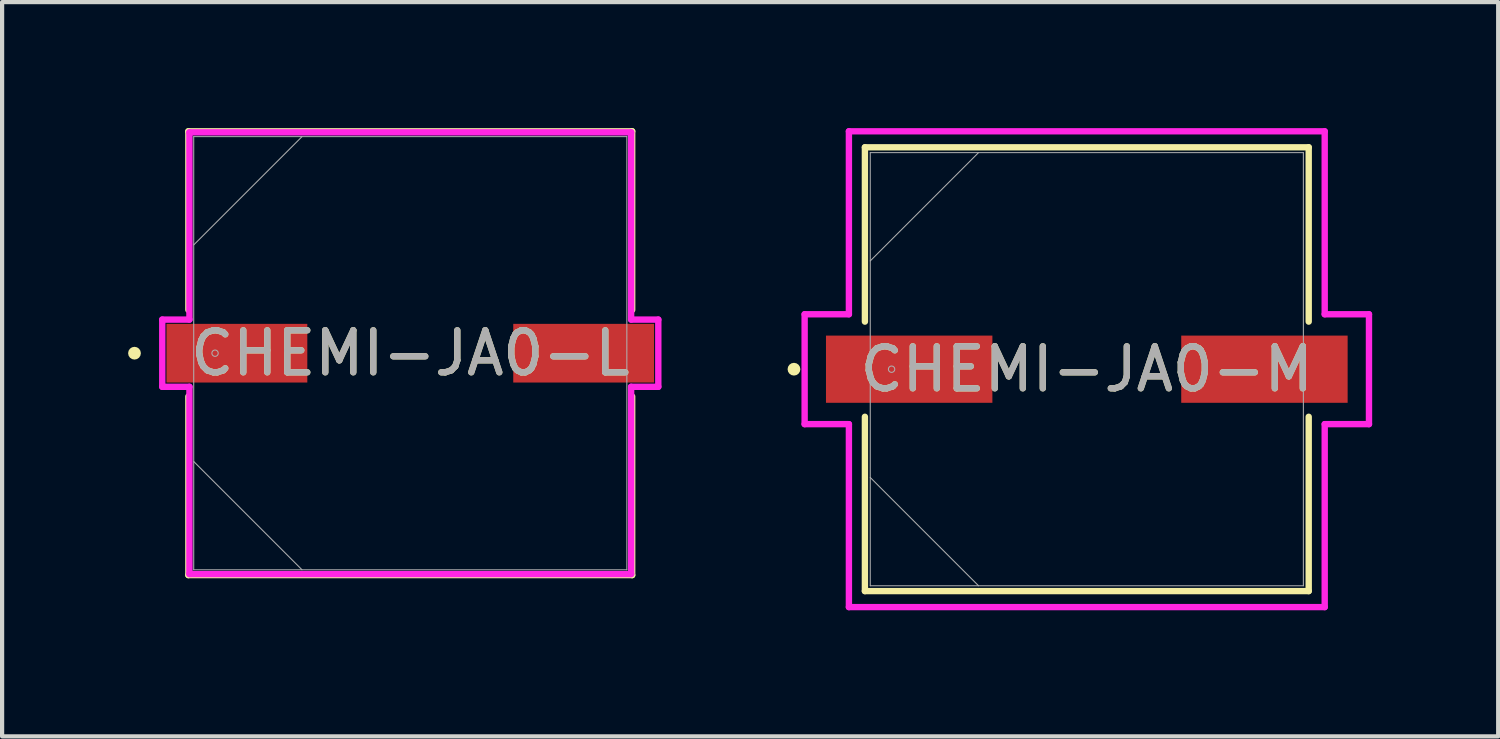
<source format=kicad_pcb>
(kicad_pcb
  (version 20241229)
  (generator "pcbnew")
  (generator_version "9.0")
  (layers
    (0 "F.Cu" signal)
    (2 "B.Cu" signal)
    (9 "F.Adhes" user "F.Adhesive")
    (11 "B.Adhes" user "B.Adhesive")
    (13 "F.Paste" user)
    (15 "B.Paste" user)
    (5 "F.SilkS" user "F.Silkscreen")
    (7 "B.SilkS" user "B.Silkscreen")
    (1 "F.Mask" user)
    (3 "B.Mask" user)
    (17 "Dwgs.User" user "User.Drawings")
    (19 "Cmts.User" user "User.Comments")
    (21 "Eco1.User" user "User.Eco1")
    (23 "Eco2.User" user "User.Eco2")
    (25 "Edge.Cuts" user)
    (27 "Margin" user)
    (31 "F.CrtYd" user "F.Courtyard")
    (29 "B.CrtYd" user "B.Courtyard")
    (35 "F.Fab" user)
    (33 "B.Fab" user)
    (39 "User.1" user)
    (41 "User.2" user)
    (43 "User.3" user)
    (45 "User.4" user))
  (footprint "CHEMI-JA0-L"
    (layer "F.Cu")
    (at 6.718 5.359)
    (property "Reference" "CHEMI-JA0-L" (at 0 0 0) (unlocked yes) (layer "F.SilkS") (effects (font (size 1 1) (thickness 0.15))))
    (attr smd)
    (fp_line (start -5.283 -5.283) (end -5.283 -1.031) (stroke (width 0.152) (type solid)) (layer "F.SilkS"))
    (fp_line (start -5.283 1.031) (end -5.283 5.283) (stroke (width 0.152) (type solid)) (layer "F.SilkS"))
    (fp_line (start -5.283 5.283) (end 5.283 5.283) (stroke (width 0.152) (type solid)) (layer "F.SilkS"))
    (fp_line (start 5.283 -5.283) (end -5.283 -5.283) (stroke (width 0.152) (type solid)) (layer "F.SilkS"))
    (fp_line (start 5.283 -1.031) (end 5.283 -5.283) (stroke (width 0.152) (type solid)) (layer "F.SilkS"))
    (fp_line (start 5.283 5.283) (end 5.283 1.031) (stroke (width 0.152) (type solid)) (layer "F.SilkS"))
    (fp_circle (center -6.566 0) (end -6.49 0) (stroke (width 0.152) (type solid)) (fill no) (layer "F.SilkS"))
    (fp_line (start -5.905 -0.8) (end -5.258 -0.8) (stroke (width 0.152) (type solid)) (layer "F.CrtYd"))
    (fp_line (start -5.905 0.8) (end -5.905 -0.8) (stroke (width 0.152) (type solid)) (layer "F.CrtYd"))
    (fp_line (start -5.258 -5.258) (end 5.258 -5.258) (stroke (width 0.152) (type solid)) (layer "F.CrtYd"))
    (fp_line (start -5.258 -0.8) (end -5.258 -5.258) (stroke (width 0.152) (type solid)) (layer "F.CrtYd"))
    (fp_line (start -5.258 0.8) (end -5.905 0.8) (stroke (width 0.152) (type solid)) (layer "F.CrtYd"))
    (fp_line (start -5.258 5.258) (end -5.258 0.8) (stroke (width 0.152) (type solid)) (layer "F.CrtYd"))
    (fp_line (start 5.258 -5.258) (end 5.258 -0.8) (stroke (width 0.152) (type solid)) (layer "F.CrtYd"))
    (fp_line (start 5.258 -0.8) (end 5.905 -0.8) (stroke (width 0.152) (type solid)) (layer "F.CrtYd"))
    (fp_line (start 5.258 0.8) (end 5.258 5.258) (stroke (width 0.152) (type solid)) (layer "F.CrtYd"))
    (fp_line (start 5.258 5.258) (end -5.258 5.258) (stroke (width 0.152) (type solid)) (layer "F.CrtYd"))
    (fp_line (start 5.905 -0.8) (end 5.905 0.8) (stroke (width 0.152) (type solid)) (layer "F.CrtYd"))
    (fp_line (start 5.905 0.8) (end 5.258 0.8) (stroke (width 0.152) (type solid)) (layer "F.CrtYd"))
    (fp_line (start -5.156 -5.156) (end -5.156 5.156) (stroke (width 0.025) (type solid)) (layer "F.Fab"))
    (fp_line (start -5.156 -2.578) (end -2.578 -5.156) (stroke (width 0.025) (type solid)) (layer "F.Fab"))
    (fp_line (start -5.156 2.578) (end -2.578 5.156) (stroke (width 0.025) (type solid)) (layer "F.Fab"))
    (fp_line (start -5.156 5.156) (end 5.156 5.156) (stroke (width 0.025) (type solid)) (layer "F.Fab"))
    (fp_line (start 5.156 -5.156) (end -5.156 -5.156) (stroke (width 0.025) (type solid)) (layer "F.Fab"))
    (fp_line (start 5.156 5.156) (end 5.156 -5.156) (stroke (width 0.025) (type solid)) (layer "F.Fab"))
    (fp_circle (center -4.648 0) (end -4.572 0) (stroke (width 0.025) (type solid)) (fill no) (layer "F.Fab"))
    (fp_text user "${REFERENCE}" (at 0 0 0) (unlocked yes) (layer "F.Fab") (effects (font (size 1 1) (thickness 0.15))))
    (pad "1" smd rect (at -4.128 0) (size 3.353 1.397) (layers "F.Cu" "F.Mask" "F.Paste"))
    (pad "2" smd rect (at 4.128 0) (size 3.353 1.397) (layers "F.Cu" "F.Mask" "F.Paste"))
    (zone (net_name "") (layer "F.Cu") (hatch full 0.508) (connect_pads) (min_thickness 0.254) (filled_areas_thickness no) (keepout (tracks not_allowed) (vias not_allowed) (pads allowed) (copperpour not_allowed) (footprints allowed)) (placement (enabled no)) (fill) (polygon (pts (xy 1.613 0.254) (xy 11.824 0.254) (xy 11.824 4.61) (xy 1.613 4.61))))
    (zone (net_name "") (layer "F.Cu") (hatch full 0.508) (connect_pads) (min_thickness 0.254) (filled_areas_thickness no) (keepout (tracks not_allowed) (vias not_allowed) (pads allowed) (copperpour not_allowed) (footprints allowed)) (placement (enabled no)) (fill) (polygon (pts (xy 1.613 6.109) (xy 11.824 6.109) (xy 11.824 10.465) (xy 1.613 10.465))))
    (zone (net_name "") (layer "F.Cu") (hatch full 0.508) (connect_pads) (min_thickness 0.254) (filled_areas_thickness no) (keepout (tracks not_allowed) (vias not_allowed) (pads allowed) (copperpour not_allowed) (footprints allowed)) (placement (enabled no)) (fill) (polygon (pts (xy 4.318 4.61) (xy 9.119 4.61) (xy 9.119 6.109) (xy 4.318 6.109)))))
  (footprint "CHEMI-JA0-M"
    (layer "F.Cu")
    (at 22.825 5.74)
    (property "Reference" "CHEMI-JA0-M" (at 0 0 0) (unlocked yes) (layer "F.SilkS") (effects (font (size 1 1) (thickness 0.15))))
    (attr smd)
    (fp_line (start -5.283 -5.283) (end -5.283 -1.133) (stroke (width 0.152) (type solid)) (layer "F.SilkS"))
    (fp_line (start -5.283 1.133) (end -5.283 5.283) (stroke (width 0.152) (type solid)) (layer "F.SilkS"))
    (fp_line (start -5.283 5.283) (end 5.283 5.283) (stroke (width 0.152) (type solid)) (layer "F.SilkS"))
    (fp_line (start 5.283 -5.283) (end -5.283 -5.283) (stroke (width 0.152) (type solid)) (layer "F.SilkS"))
    (fp_line (start 5.283 -1.133) (end 5.283 -5.283) (stroke (width 0.152) (type solid)) (layer "F.SilkS"))
    (fp_line (start 5.283 5.283) (end 5.283 1.133) (stroke (width 0.152) (type solid)) (layer "F.SilkS"))
    (fp_circle (center -6.972 0) (end -6.896 0) (stroke (width 0.152) (type solid)) (fill no) (layer "F.SilkS"))
    (fp_line (start -6.718 -1.308) (end -5.664 -1.308) (stroke (width 0.152) (type solid)) (layer "F.CrtYd"))
    (fp_line (start -6.718 1.308) (end -6.718 -1.308) (stroke (width 0.152) (type solid)) (layer "F.CrtYd"))
    (fp_line (start -5.664 -5.664) (end 5.664 -5.664) (stroke (width 0.152) (type solid)) (layer "F.CrtYd"))
    (fp_line (start -5.664 -1.308) (end -5.664 -5.664) (stroke (width 0.152) (type solid)) (layer "F.CrtYd"))
    (fp_line (start -5.664 1.308) (end -6.718 1.308) (stroke (width 0.152) (type solid)) (layer "F.CrtYd"))
    (fp_line (start -5.664 5.664) (end -5.664 1.308) (stroke (width 0.152) (type solid)) (layer "F.CrtYd"))
    (fp_line (start 5.664 -5.664) (end 5.664 -1.308) (stroke (width 0.152) (type solid)) (layer "F.CrtYd"))
    (fp_line (start 5.664 -1.308) (end 6.718 -1.308) (stroke (width 0.152) (type solid)) (layer "F.CrtYd"))
    (fp_line (start 5.664 1.308) (end 5.664 5.664) (stroke (width 0.152) (type solid)) (layer "F.CrtYd"))
    (fp_line (start 5.664 5.664) (end -5.664 5.664) (stroke (width 0.152) (type solid)) (layer "F.CrtYd"))
    (fp_line (start 6.718 -1.308) (end 6.718 1.308) (stroke (width 0.152) (type solid)) (layer "F.CrtYd"))
    (fp_line (start 6.718 1.308) (end 5.664 1.308) (stroke (width 0.152) (type solid)) (layer "F.CrtYd"))
    (fp_line (start -5.156 -5.156) (end -5.156 5.156) (stroke (width 0.025) (type solid)) (layer "F.Fab"))
    (fp_line (start -5.156 -2.578) (end -2.578 -5.156) (stroke (width 0.025) (type solid)) (layer "F.Fab"))
    (fp_line (start -5.156 2.578) (end -2.578 5.156) (stroke (width 0.025) (type solid)) (layer "F.Fab"))
    (fp_line (start -5.156 5.156) (end 5.156 5.156) (stroke (width 0.025) (type solid)) (layer "F.Fab"))
    (fp_line (start 5.156 -5.156) (end -5.156 -5.156) (stroke (width 0.025) (type solid)) (layer "F.Fab"))
    (fp_line (start 5.156 5.156) (end 5.156 -5.156) (stroke (width 0.025) (type solid)) (layer "F.Fab"))
    (fp_circle (center -4.648 0) (end -4.572 0) (stroke (width 0.025) (type solid)) (fill no) (layer "F.Fab"))
    (fp_text user "${REFERENCE}" (at 0 0 0) (unlocked yes) (layer "F.Fab") (effects (font (size 1 1) (thickness 0.15))))
    (pad "1" smd rect (at -4.229 0) (size 3.962 1.6) (layers "F.Cu" "F.Mask" "F.Paste"))
    (pad "2" smd rect (at 4.229 0) (size 3.962 1.6) (layers "F.Cu" "F.Mask" "F.Paste"))
    (zone (net_name "") (layer "F.Cu") (hatch full 0.508) (connect_pads) (min_thickness 0.254) (filled_areas_thickness no) (keepout (tracks not_allowed) (vias not_allowed) (pads allowed) (copperpour not_allowed) (footprints allowed)) (placement (enabled no)) (fill) (polygon (pts (xy 17.719 0.635) (xy 27.93 0.635) (xy 27.93 4.889) (xy 17.719 4.889))))
    (zone (net_name "") (layer "F.Cu") (hatch full 0.508) (connect_pads) (min_thickness 0.254) (filled_areas_thickness no) (keepout (tracks not_allowed) (vias not_allowed) (pads allowed) (copperpour not_allowed) (footprints allowed)) (placement (enabled no)) (fill) (polygon (pts (xy 17.719 6.591) (xy 27.93 6.591) (xy 27.93 10.846) (xy 17.719 10.846))))
    (zone (net_name "") (layer "F.Cu") (hatch full 0.508) (connect_pads) (min_thickness 0.254) (filled_areas_thickness no) (keepout (tracks not_allowed) (vias not_allowed) (pads allowed) (copperpour not_allowed) (footprints allowed)) (placement (enabled no)) (fill) (polygon (pts (xy 20.628 4.889) (xy 25.022 4.889) (xy 25.022 6.591) (xy 20.628 6.591)))))
  (gr_rect
    (start -3 -3)
    (end 32.619 14.481)
    (stroke (width 0.1) (type default))
    (fill no)
    (layer "Edge.Cuts")))
</source>
